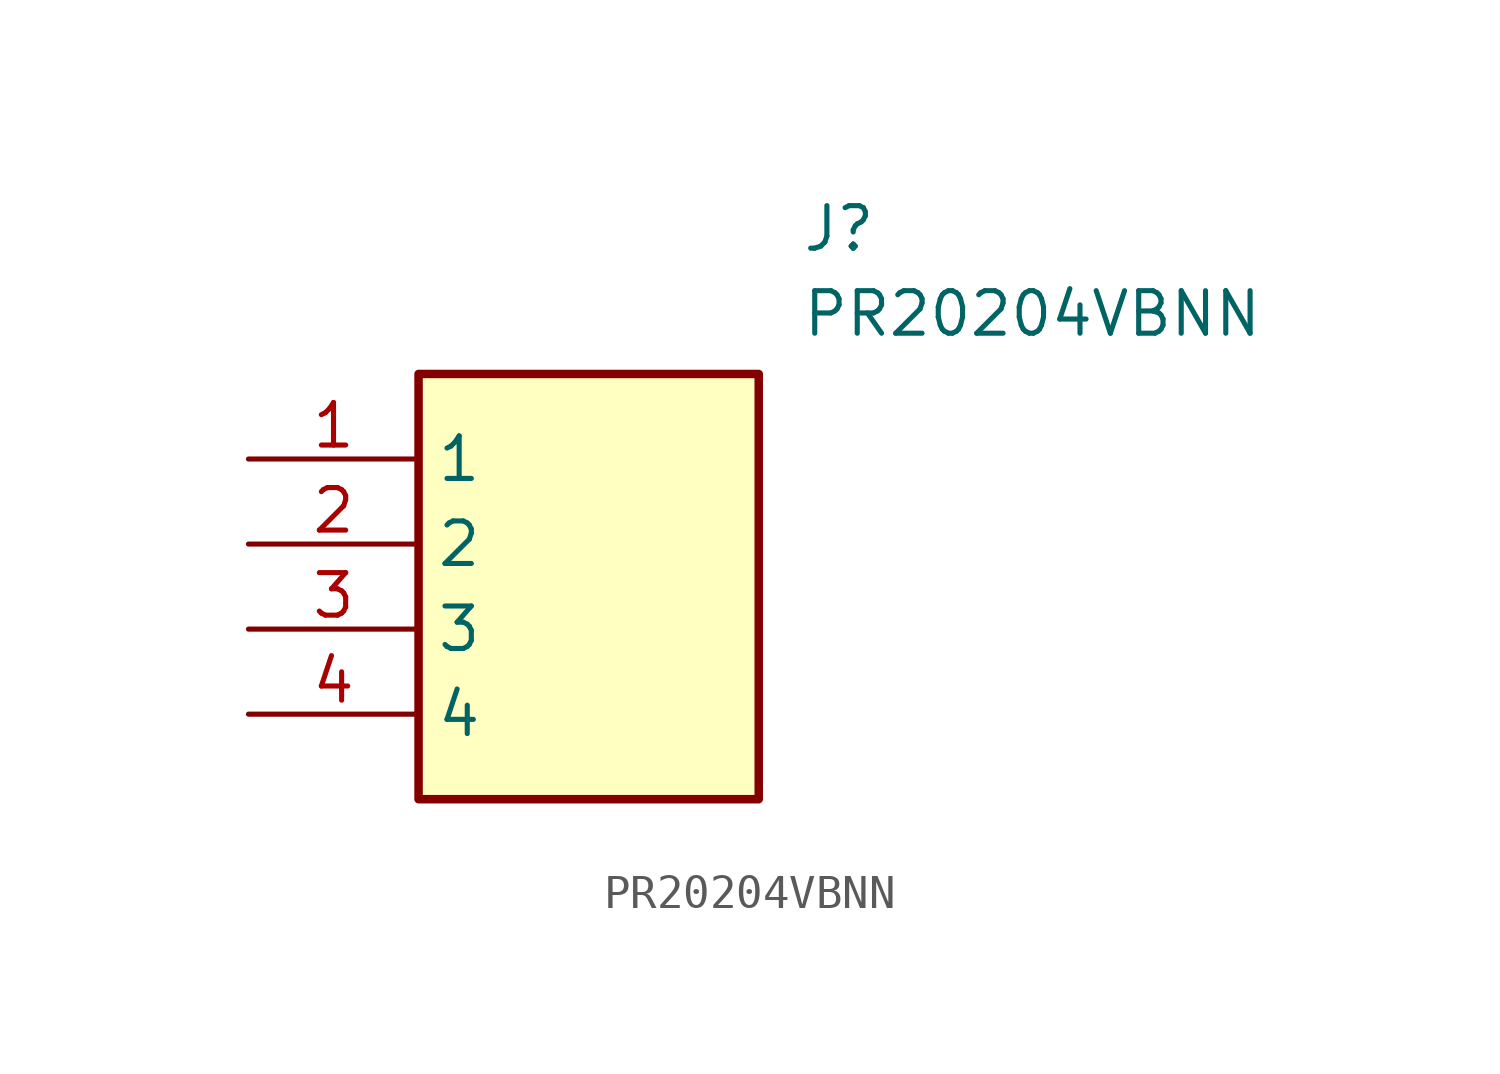
<source format=kicad_sym>
(kicad_symbol_lib
  (version 20211014)
  (generator SamacSys_ECAD_Model)
  (symbol "PR20204VBNN"
    (property "Reference" "J"
      (at 16.51 7.62 0)
      (effects (font (size 1.27 1.27)) (justify left top)))
    (property "Value" "PR20204VBNN"
      (at 16.51 5.08 0)
      (effects (font (size 1.27 1.27)) (justify left top)))
    (rectangle
      (start 5.08 2.54)
      (end 15.24 -10.16)
      (stroke (width 0.254) (type default))
      (fill (type background)))
    (pin passive line
      (at 0 0 0)
      (length 5.08)
      (name "1" (effects (font (size 1.27 1.27))))
      (number "1" (effects (font (size 1.27 1.27)))))
    (pin passive line
      (at 0 -2.54 0)
      (length 5.08)
      (name "2" (effects (font (size 1.27 1.27))))
      (number "2" (effects (font (size 1.27 1.27)))))
    (pin passive line
      (at 0 -5.08 0)
      (length 5.08)
      (name "3" (effects (font (size 1.27 1.27))))
      (number "3" (effects (font (size 1.27 1.27)))))
    (pin passive line
      (at 0 -7.62 0)
      (length 5.08)
      (name "4" (effects (font (size 1.27 1.27))))
      (number "4" (effects (font (size 1.27 1.27)))))))
</source>
